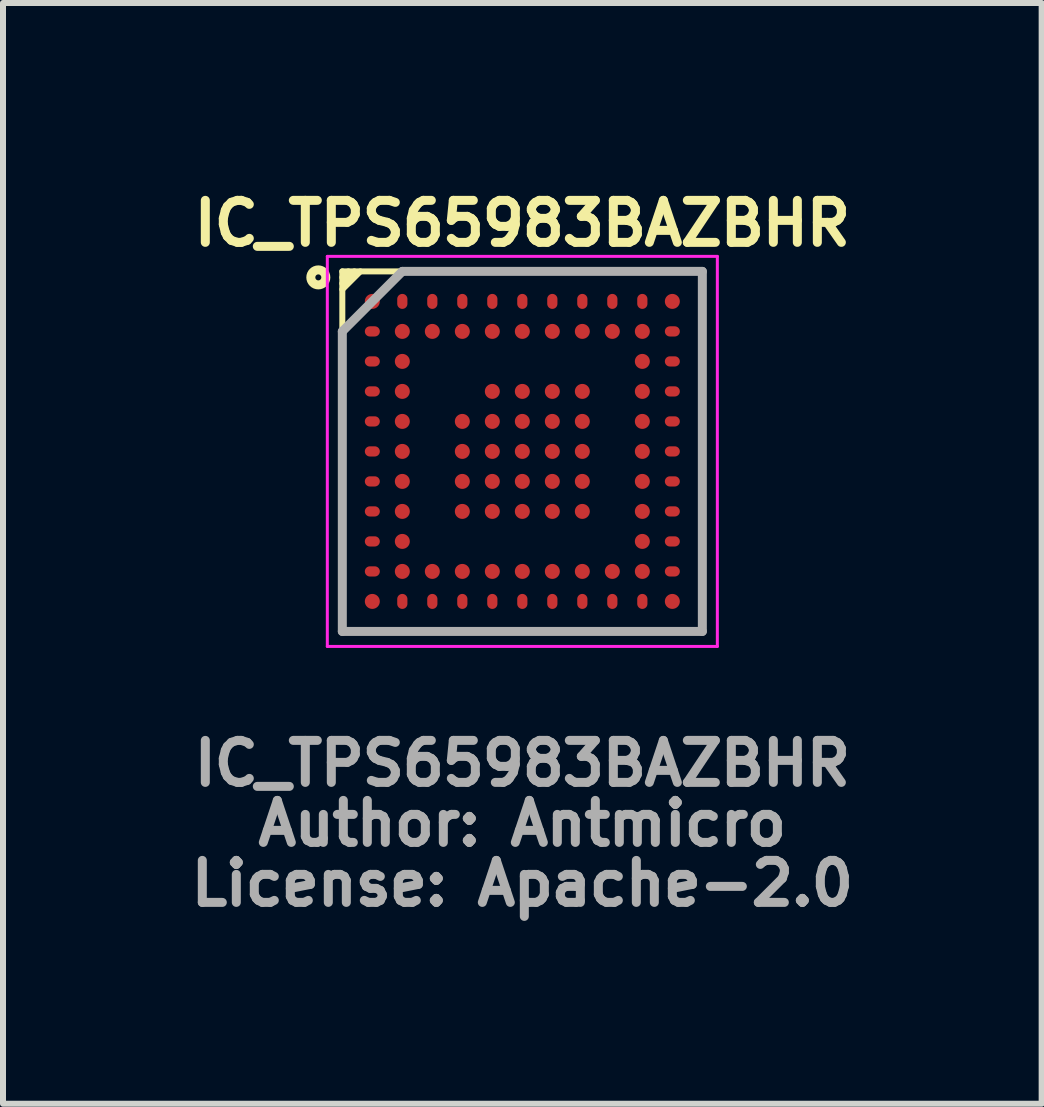
<source format=kicad_pcb>
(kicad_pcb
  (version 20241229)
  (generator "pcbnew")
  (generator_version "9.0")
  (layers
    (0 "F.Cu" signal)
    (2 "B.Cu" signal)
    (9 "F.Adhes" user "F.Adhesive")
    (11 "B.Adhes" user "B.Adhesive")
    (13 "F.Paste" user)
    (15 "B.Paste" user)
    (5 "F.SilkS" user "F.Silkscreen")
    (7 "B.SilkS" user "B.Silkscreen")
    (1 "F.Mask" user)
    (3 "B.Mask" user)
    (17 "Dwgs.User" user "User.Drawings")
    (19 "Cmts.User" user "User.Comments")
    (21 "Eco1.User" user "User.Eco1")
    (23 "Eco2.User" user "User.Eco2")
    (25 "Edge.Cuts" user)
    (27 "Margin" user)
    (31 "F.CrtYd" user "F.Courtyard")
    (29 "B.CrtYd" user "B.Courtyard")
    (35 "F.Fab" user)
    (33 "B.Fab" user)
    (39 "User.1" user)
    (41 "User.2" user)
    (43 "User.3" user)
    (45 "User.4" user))
  (footprint "IC_TPS65983BAZBHR"
    (layer "F.Cu")
    (at 5.655 4.473)
    (property "Reference" "IC_TPS65983BAZBHR" (at 0 -3.8 0) (unlocked yes) (layer "F.SilkS") (effects (font (size 0.7 0.7) (thickness 0.15))))
    (attr smd)
    (fp_line (start -3 -3) (end 3 -3) (stroke (width 0.1) (type solid)) (layer "F.SilkS"))
    (fp_line (start -3 -2.9) (end -2.9 -3) (stroke (width 0.1) (type solid)) (layer "F.SilkS"))
    (fp_line (start -3 -2.8) (end -2.8 -3) (stroke (width 0.1) (type solid)) (layer "F.SilkS"))
    (fp_line (start -3 -2.7) (end -2.7 -3) (stroke (width 0.1) (type solid)) (layer "F.SilkS"))
    (fp_line (start -3 3) (end -3 -3) (stroke (width 0.1) (type solid)) (layer "F.SilkS"))
    (fp_line (start 3 -3) (end 3 3) (stroke (width 0.1) (type solid)) (layer "F.SilkS"))
    (fp_line (start 3 3) (end -3 3) (stroke (width 0.1) (type solid)) (layer "F.SilkS"))
    (fp_circle (center -3.4 -2.9) (end -3.35 -2.9) (stroke (width 0.15) (type solid)) (fill no) (layer "F.SilkS"))
    (fp_poly (pts (xy -2.6 2.6) (xy -2.6 2.4) (xy -2.4 2.4) (xy -2.4 2.6)) (stroke (width 0.05) (type solid)) (fill yes) (layer "F.Paste"))
    (fp_poly (pts (xy -2.4 -2.4) (xy -2.6 -2.4) (xy -2.6 -2.6) (xy -2.4 -2.6)) (stroke (width 0.05) (type solid)) (fill yes) (layer "F.Paste"))
    (fp_poly (pts (xy -2.1 -1.9) (xy -2.1 -2.1) (xy -1.9 -2.1) (xy -1.9 -1.9)) (stroke (width 0.05) (type solid)) (fill yes) (layer "F.Paste"))
    (fp_poly (pts (xy -2.1 -1.4) (xy -2.1 -1.6) (xy -1.9 -1.6) (xy -1.9 -1.4)) (stroke (width 0.05) (type solid)) (fill yes) (layer "F.Paste"))
    (fp_poly (pts (xy -2.1 -0.9) (xy -2.1 -1.1) (xy -1.9 -1.1) (xy -1.9 -0.9)) (stroke (width 0.05) (type solid)) (fill yes) (layer "F.Paste"))
    (fp_poly (pts (xy -2.1 0.6) (xy -2.1 0.4) (xy -1.9 0.4) (xy -1.9 0.6)) (stroke (width 0.05) (type solid)) (fill yes) (layer "F.Paste"))
    (fp_poly (pts (xy -2.1 1.1) (xy -2.1 0.9) (xy -1.9 0.9) (xy -1.9 1.1)) (stroke (width 0.05) (type solid)) (fill yes) (layer "F.Paste"))
    (fp_poly (pts (xy -2.1 1.6) (xy -2.1 1.4) (xy -1.9 1.4) (xy -1.9 1.6)) (stroke (width 0.05) (type solid)) (fill yes) (layer "F.Paste"))
    (fp_poly (pts (xy -2.1 1.9) (xy -1.9 1.9) (xy -1.9 2.1) (xy -2.1 2.1)) (stroke (width 0.05) (type solid)) (fill yes) (layer "F.Paste"))
    (fp_poly (pts (xy -1.9 -0.4) (xy -2.1 -0.4) (xy -2.1 -0.6) (xy -1.9 -0.6)) (stroke (width 0.05) (type solid)) (fill yes) (layer "F.Paste"))
    (fp_poly (pts (xy -1.9 0.1) (xy -2.1 0.1) (xy -2.1 -0.1) (xy -1.9 -0.1)) (stroke (width 0.05) (type solid)) (fill yes) (layer "F.Paste"))
    (fp_poly (pts (xy -1.6 1.9) (xy -1.4 1.9) (xy -1.4 2.1) (xy -1.6 2.1)) (stroke (width 0.05) (type solid)) (fill yes) (layer "F.Paste"))
    (fp_poly (pts (xy -1.4 -1.9) (xy -1.6 -1.9) (xy -1.6 -2.1) (xy -1.4 -2.1)) (stroke (width 0.05) (type solid)) (fill yes) (layer "F.Paste"))
    (fp_poly (pts (xy -1.1 0.1) (xy -1.1 -0.1) (xy -0.9 -0.1) (xy -0.9 0.1)) (stroke (width 0.05) (type solid)) (fill yes) (layer "F.Paste"))
    (fp_poly (pts (xy -1.1 0.6) (xy -1.1 0.4) (xy -0.9 0.4) (xy -0.9 0.6)) (stroke (width 0.05) (type solid)) (fill yes) (layer "F.Paste"))
    (fp_poly (pts (xy -1.1 1.1) (xy -1.1 0.9) (xy -0.9 0.9) (xy -0.9 1.1)) (stroke (width 0.05) (type solid)) (fill yes) (layer "F.Paste"))
    (fp_poly (pts (xy -1.1 2.1) (xy -1.1 1.9) (xy -0.9 1.9) (xy -0.9 2.1)) (stroke (width 0.05) (type solid)) (fill yes) (layer "F.Paste"))
    (fp_poly (pts (xy -0.9 -1.9) (xy -1.1 -1.9) (xy -1.1 -2.1) (xy -0.9 -2.1)) (stroke (width 0.05) (type solid)) (fill yes) (layer "F.Paste"))
    (fp_poly (pts (xy -0.9 -0.4) (xy -1.1 -0.4) (xy -1.1 -0.6) (xy -0.9 -0.6)) (stroke (width 0.05) (type solid)) (fill yes) (layer "F.Paste"))
    (fp_poly (pts (xy -0.6 -1.1) (xy -0.4 -1.1) (xy -0.4 -0.9) (xy -0.6 -0.9)) (stroke (width 0.05) (type solid)) (fill yes) (layer "F.Paste"))
    (fp_poly (pts (xy -0.6 0.1) (xy -0.6 -0.1) (xy -0.4 -0.1) (xy -0.4 0.1)) (stroke (width 0.05) (type solid)) (fill yes) (layer "F.Paste"))
    (fp_poly (pts (xy -0.6 0.6) (xy -0.6 0.4) (xy -0.4 0.4) (xy -0.4 0.6)) (stroke (width 0.05) (type solid)) (fill yes) (layer "F.Paste"))
    (fp_poly (pts (xy -0.6 1.1) (xy -0.6 0.9) (xy -0.4 0.9) (xy -0.4 1.1)) (stroke (width 0.05) (type solid)) (fill yes) (layer "F.Paste"))
    (fp_poly (pts (xy -0.6 2.1) (xy -0.6 1.9) (xy -0.4 1.9) (xy -0.4 2.1)) (stroke (width 0.05) (type solid)) (fill yes) (layer "F.Paste"))
    (fp_poly (pts (xy -0.4 -2.1) (xy -0.4 -1.9) (xy -0.6 -1.9) (xy -0.6 -2.1)) (stroke (width 0.05) (type solid)) (fill yes) (layer "F.Paste"))
    (fp_poly (pts (xy -0.4 -0.4) (xy -0.6 -0.4) (xy -0.6 -0.6) (xy -0.4 -0.6)) (stroke (width 0.05) (type solid)) (fill yes) (layer "F.Paste"))
    (fp_poly (pts (xy -0.1 -1.1) (xy 0.1 -1.1) (xy 0.1 -0.9) (xy -0.1 -0.9)) (stroke (width 0.05) (type solid)) (fill yes) (layer "F.Paste"))
    (fp_poly (pts (xy -0.1 -0.6) (xy 0.1 -0.6) (xy 0.1 -0.4) (xy -0.1 -0.4)) (stroke (width 0.05) (type solid)) (fill yes) (layer "F.Paste"))
    (fp_poly (pts (xy -0.1 -0.1) (xy 0.1 -0.1) (xy 0.1 0.1) (xy -0.1 0.1)) (stroke (width 0.05) (type solid)) (fill yes) (layer "F.Paste"))
    (fp_poly (pts (xy -0.1 0.4) (xy 0.1 0.4) (xy 0.1 0.6) (xy -0.1 0.6)) (stroke (width 0.05) (type solid)) (fill yes) (layer "F.Paste"))
    (fp_poly (pts (xy -0.1 0.9) (xy 0.1 0.9) (xy 0.1 1.1) (xy -0.1 1.1)) (stroke (width 0.05) (type solid)) (fill yes) (layer "F.Paste"))
    (fp_poly (pts (xy -0.1 1.9) (xy 0.1 1.9) (xy 0.1 2.1) (xy -0.1 2.1)) (stroke (width 0.05) (type solid)) (fill yes) (layer "F.Paste"))
    (fp_poly (pts (xy 0.1 -2.1) (xy 0.1 -1.9) (xy -0.1 -1.9) (xy -0.1 -2.1)) (stroke (width 0.05) (type solid)) (fill yes) (layer "F.Paste"))
    (fp_poly (pts (xy 0.4 -1.1) (xy 0.6 -1.1) (xy 0.6 -0.9) (xy 0.4 -0.9)) (stroke (width 0.05) (type solid)) (fill yes) (layer "F.Paste"))
    (fp_poly (pts (xy 0.4 -0.6) (xy 0.6 -0.6) (xy 0.6 -0.4) (xy 0.4 -0.4)) (stroke (width 0.05) (type solid)) (fill yes) (layer "F.Paste"))
    (fp_poly (pts (xy 0.4 0.6) (xy 0.4 0.4) (xy 0.6 0.4) (xy 0.6 0.6)) (stroke (width 0.05) (type solid)) (fill yes) (layer "F.Paste"))
    (fp_poly (pts (xy 0.4 0.9) (xy 0.6 0.9) (xy 0.6 1.1) (xy 0.4 1.1)) (stroke (width 0.05) (type solid)) (fill yes) (layer "F.Paste"))
    (fp_poly (pts (xy 0.4 1.9) (xy 0.6 1.9) (xy 0.6 2.1) (xy 0.4 2.1)) (stroke (width 0.05) (type solid)) (fill yes) (layer "F.Paste"))
    (fp_poly (pts (xy 0.6 -1.9) (xy 0.4 -1.9) (xy 0.4 -2.1) (xy 0.6 -2.1)) (stroke (width 0.05) (type solid)) (fill yes) (layer "F.Paste"))
    (fp_poly (pts (xy 0.6 0.1) (xy 0.4 0.1) (xy 0.4 -0.1) (xy 0.6 -0.1)) (stroke (width 0.05) (type solid)) (fill yes) (layer "F.Paste"))
    (fp_poly (pts (xy 0.9 -1.1) (xy 1.1 -1.1) (xy 1.1 -0.9) (xy 0.9 -0.9)) (stroke (width 0.05) (type solid)) (fill yes) (layer "F.Paste"))
    (fp_poly (pts (xy 0.9 -0.6) (xy 1.1 -0.6) (xy 1.1 -0.4) (xy 0.9 -0.4)) (stroke (width 0.05) (type solid)) (fill yes) (layer "F.Paste"))
    (fp_poly (pts (xy 0.9 1.1) (xy 0.9 0.9) (xy 1.1 0.9) (xy 1.1 1.1)) (stroke (width 0.05) (type solid)) (fill yes) (layer "F.Paste"))
    (fp_poly (pts (xy 0.9 1.9) (xy 1.1 1.9) (xy 1.1 2.1) (xy 0.9 2.1)) (stroke (width 0.05) (type solid)) (fill yes) (layer "F.Paste"))
    (fp_poly (pts (xy 1.1 -1.9) (xy 0.9 -1.9) (xy 0.9 -2.1) (xy 1.1 -2.1)) (stroke (width 0.05) (type solid)) (fill yes) (layer "F.Paste"))
    (fp_poly (pts (xy 1.1 0.1) (xy 0.9 0.1) (xy 0.9 -0.1) (xy 1.1 -0.1)) (stroke (width 0.05) (type solid)) (fill yes) (layer "F.Paste"))
    (fp_poly (pts (xy 1.1 0.6) (xy 0.9 0.6) (xy 0.9 0.4) (xy 1.1 0.4)) (stroke (width 0.05) (type solid)) (fill yes) (layer "F.Paste"))
    (fp_poly (pts (xy 1.4 1.9) (xy 1.6 1.9) (xy 1.6 2.1) (xy 1.4 2.1)) (stroke (width 0.05) (type solid)) (fill yes) (layer "F.Paste"))
    (fp_poly (pts (xy 1.6 -1.9) (xy 1.4 -1.9) (xy 1.4 -2.1) (xy 1.6 -2.1)) (stroke (width 0.05) (type solid)) (fill yes) (layer "F.Paste"))
    (fp_poly (pts (xy 1.9 -0.1) (xy 2.1 -0.1) (xy 2.1 0.1) (xy 1.9 0.1)) (stroke (width 0.05) (type solid)) (fill yes) (layer "F.Paste"))
    (fp_poly (pts (xy 1.9 2.1) (xy 1.9 1.9) (xy 2.1 1.9) (xy 2.1 2.1)) (stroke (width 0.05) (type solid)) (fill yes) (layer "F.Paste"))
    (fp_poly (pts (xy 2.1 -1.9) (xy 1.9 -1.9) (xy 1.9 -2.1) (xy 2.1 -2.1)) (stroke (width 0.05) (type solid)) (fill yes) (layer "F.Paste"))
    (fp_poly (pts (xy 2.1 -1.6) (xy 2.1 -1.4) (xy 1.9 -1.4) (xy 1.9 -1.6)) (stroke (width 0.05) (type solid)) (fill yes) (layer "F.Paste"))
    (fp_poly (pts (xy 2.1 -1.1) (xy 2.1 -0.9) (xy 1.9 -0.9) (xy 1.9 -1.1)) (stroke (width 0.05) (type solid)) (fill yes) (layer "F.Paste"))
    (fp_poly (pts (xy 2.1 -0.6) (xy 2.1 -0.4) (xy 1.9 -0.4) (xy 1.9 -0.6)) (stroke (width 0.05) (type solid)) (fill yes) (layer "F.Paste"))
    (fp_poly (pts (xy 2.1 0.4) (xy 2.1 0.6) (xy 1.9 0.6) (xy 1.9 0.4)) (stroke (width 0.05) (type solid)) (fill yes) (layer "F.Paste"))
    (fp_poly (pts (xy 2.1 0.9) (xy 2.1 1.1) (xy 1.9 1.1) (xy 1.9 0.9)) (stroke (width 0.05) (type solid)) (fill yes) (layer "F.Paste"))
    (fp_poly (pts (xy 2.1 1.4) (xy 2.1 1.6) (xy 1.9 1.6) (xy 1.9 1.4)) (stroke (width 0.05) (type solid)) (fill yes) (layer "F.Paste"))
    (fp_poly (pts (xy 2.6 -2.4) (xy 2.4 -2.4) (xy 2.4 -2.6) (xy 2.6 -2.6)) (stroke (width 0.05) (type solid)) (fill yes) (layer "F.Paste"))
    (fp_poly (pts (xy 2.6 2.6) (xy 2.4 2.6) (xy 2.4 2.4) (xy 2.6 2.4)) (stroke (width 0.05) (type solid)) (fill yes) (layer "F.Paste"))
    (fp_line (start -3.25 -3.25) (end -3.25 3.25) (stroke (width 0.05) (type solid)) (layer "F.CrtYd"))
    (fp_line (start -3.25 3.25) (end 3.25 3.25) (stroke (width 0.05) (type solid)) (layer "F.CrtYd"))
    (fp_line (start 3.25 -3.25) (end -3.25 -3.25) (stroke (width 0.05) (type solid)) (layer "F.CrtYd"))
    (fp_line (start 3.25 -3.25) (end 3.25 3.25) (stroke (width 0.05) (type solid)) (layer "F.CrtYd"))
    (fp_line (start -3 -2) (end -2 -3) (stroke (width 0.15) (type solid)) (layer "F.Fab"))
    (fp_line (start -3 3) (end -3 -2) (stroke (width 0.15) (type solid)) (layer "F.Fab"))
    (fp_line (start -2 -3) (end 3 -3) (stroke (width 0.15) (type solid)) (layer "F.Fab"))
    (fp_line (start 3 -3) (end 3 3) (stroke (width 0.15) (type solid)) (layer "F.Fab"))
    (fp_line (start 3 3) (end -3 3) (stroke (width 0.15) (type solid)) (layer "F.Fab"))
    (fp_rect (start 3 -3) (end -3 3) (stroke (width 0.12) (type solid)) (fill no) (layer "User.5"))
    (fp_line (start -3 -3) (end -3 3) (stroke (width 0.1) (type solid)) (layer "User.9"))
    (fp_line (start -3 3) (end 3 3) (stroke (width 0.1) (type solid)) (layer "User.9"))
    (fp_line (start 3 -3) (end -3 -3) (stroke (width 0.1) (type solid)) (layer "User.9"))
    (fp_line (start 3 3) (end 3 -3) (stroke (width 0.1) (type solid)) (layer "User.9"))
    (fp_text user "License: Apache-2.0" (at 0 7.2 0) (layer "F.Fab") (effects (font (size 0.7 0.7) (thickness 0.15))))
    (fp_text user "Author: Antmicro" (at 0 6.2 0) (layer "F.Fab") (effects (font (size 0.7 0.7) (thickness 0.15))))
    (fp_text user "${REFERENCE}" (at 0 5.2 0) (unlocked yes) (layer "F.Fab") (effects (font (size 0.7 0.7) (thickness 0.15))))
    (pad "A1" smd circle (at -2.5 -2.5) (size 0.25 0.25) (layers "F.Cu" "F.Mask" "F.Paste"))
    (pad "A2" smd oval (at -2 -2.5) (size 0.17 0.25) (layers "F.Cu" "F.Mask" "F.Paste"))
    (pad "A3" smd oval (at -1.5 -2.5) (size 0.17 0.25) (layers "F.Cu" "F.Mask" "F.Paste"))
    (pad "A4" smd oval (at -1 -2.5) (size 0.17 0.25) (layers "F.Cu" "F.Mask" "F.Paste"))
    (pad "A5" smd oval (at -0.5 -2.5) (size 0.17 0.25) (layers "F.Cu" "F.Mask" "F.Paste"))
    (pad "A6" smd oval (at 0 -2.5) (size 0.17 0.25) (layers "F.Cu" "F.Mask" "F.Paste"))
    (pad "A7" smd oval (at 0.5 -2.5) (size 0.17 0.25) (layers "F.Cu" "F.Mask" "F.Paste"))
    (pad "A8" smd oval (at 1 -2.5) (size 0.17 0.25) (layers "F.Cu" "F.Mask" "F.Paste"))
    (pad "A9" smd oval (at 1.5 -2.5) (size 0.17 0.25) (layers "F.Cu" "F.Mask" "F.Paste"))
    (pad "A10" smd oval (at 2 -2.5) (size 0.17 0.25) (layers "F.Cu" "F.Mask" "F.Paste"))
    (pad "A11" smd circle (at 2.5 -2.5) (size 0.25 0.25) (layers "F.Cu" "F.Mask" "F.Paste"))
    (pad "B1" smd oval (at -2.5 -2) (size 0.25 0.17) (layers "F.Cu" "F.Mask" "F.Paste"))
    (pad "B2" smd circle (at -2 -2 270) (size 0.25 0.25) (layers "F.Cu" "F.Mask" "F.Paste"))
    (pad "B3" smd circle (at -1.5 -2) (size 0.25 0.25) (layers "F.Cu" "F.Mask" "F.Paste"))
    (pad "B4" smd circle (at -1 -2) (size 0.25 0.25) (layers "F.Cu" "F.Mask" "F.Paste"))
    (pad "B5" smd circle (at -0.5 -2 90) (size 0.25 0.25) (layers "F.Cu" "F.Mask" "F.Paste"))
    (pad "B6" smd circle (at 0 -2 90) (size 0.25 0.25) (layers "F.Cu" "F.Mask" "F.Paste"))
    (pad "B7" smd circle (at 0.5 -2) (size 0.25 0.25) (layers "F.Cu" "F.Mask" "F.Paste"))
    (pad "B8" smd circle (at 1 -2) (size 0.25 0.25) (layers "F.Cu" "F.Mask" "F.Paste"))
    (pad "B9" smd circle (at 1.5 -2) (size 0.25 0.25) (layers "F.Cu" "F.Mask" "F.Paste"))
    (pad "B10" smd circle (at 2 -2) (size 0.25 0.25) (layers "F.Cu" "F.Mask" "F.Paste"))
    (pad "B11" smd oval (at 2.5 -2) (size 0.25 0.17) (layers "F.Cu" "F.Mask" "F.Paste"))
    (pad "C1" smd oval (at -2.5 -1.5) (size 0.25 0.17) (layers "F.Cu" "F.Mask" "F.Paste"))
    (pad "C2" smd circle (at -2 -1.5 270) (size 0.25 0.25) (layers "F.Cu" "F.Mask" "F.Paste"))
    (pad "C10" smd circle (at 2 -1.5 90) (size 0.25 0.25) (layers "F.Cu" "F.Mask" "F.Paste"))
    (pad "C11" smd oval (at 2.5 -1.5) (size 0.25 0.17) (layers "F.Cu" "F.Mask" "F.Paste"))
    (pad "D1" smd oval (at -2.5 -1) (size 0.25 0.17) (layers "F.Cu" "F.Mask" "F.Paste"))
    (pad "D2" smd circle (at -2 -1 270) (size 0.25 0.25) (layers "F.Cu" "F.Mask" "F.Paste"))
    (pad "D5" smd circle (at -0.5 -1 180) (size 0.25 0.25) (layers "F.Cu" "F.Mask" "F.Paste"))
    (pad "D6" smd circle (at 0 -1 180) (size 0.25 0.25) (layers "F.Cu" "F.Mask" "F.Paste"))
    (pad "D7" smd circle (at 0.5 -1 180) (size 0.25 0.25) (layers "F.Cu" "F.Mask" "F.Paste"))
    (pad "D8" smd circle (at 1 -1 180) (size 0.25 0.25) (layers "F.Cu" "F.Mask" "F.Paste"))
    (pad "D10" smd circle (at 2 -1 90) (size 0.25 0.25) (layers "F.Cu" "F.Mask" "F.Paste"))
    (pad "D11" smd oval (at 2.5 -1) (size 0.25 0.17) (layers "F.Cu" "F.Mask" "F.Paste"))
    (pad "E1" smd oval (at -2.5 -0.5) (size 0.25 0.17) (layers "F.Cu" "F.Mask" "F.Paste"))
    (pad "E2" smd circle (at -2 -0.5) (size 0.25 0.25) (layers "F.Cu" "F.Mask" "F.Paste"))
    (pad "E4" smd circle (at -1 -0.5) (size 0.25 0.25) (layers "F.Cu" "F.Mask" "F.Paste"))
    (pad "E5" smd circle (at -0.5 -0.5) (size 0.25 0.25) (layers "F.Cu" "F.Mask" "F.Paste"))
    (pad "E6" smd circle (at 0 -0.5 180) (size 0.25 0.25) (layers "F.Cu" "F.Mask" "F.Paste"))
    (pad "E7" smd circle (at 0.5 -0.5 180) (size 0.25 0.25) (layers "F.Cu" "F.Mask" "F.Paste"))
    (pad "E8" smd circle (at 1 -0.5 180) (size 0.25 0.25) (layers "F.Cu" "F.Mask" "F.Paste"))
    (pad "E10" smd circle (at 2 -0.5 90) (size 0.25 0.25) (layers "F.Cu" "F.Mask" "F.Paste"))
    (pad "E11" smd oval (at 2.5 -0.5) (size 0.25 0.17) (layers "F.Cu" "F.Mask" "F.Paste"))
    (pad "F1" smd oval (at -2.5 0) (size 0.25 0.17) (layers "F.Cu" "F.Mask" "F.Paste"))
    (pad "F2" smd circle (at -2 0) (size 0.25 0.25) (layers "F.Cu" "F.Mask" "F.Paste"))
    (pad "F4" smd circle (at -1 0 270) (size 0.25 0.25) (layers "F.Cu" "F.Mask" "F.Paste"))
    (pad "F5" smd circle (at -0.5 0 270) (size 0.25 0.25) (layers "F.Cu" "F.Mask" "F.Paste"))
    (pad "F6" smd circle (at 0 0 180) (size 0.25 0.25) (layers "F.Cu" "F.Mask" "F.Paste"))
    (pad "F7" smd circle (at 0.5 0) (size 0.25 0.25) (layers "F.Cu" "F.Mask" "F.Paste"))
    (pad "F8" smd circle (at 1 0) (size 0.25 0.25) (layers "F.Cu" "F.Mask" "F.Paste"))
    (pad "F10" smd circle (at 2 0 180) (size 0.25 0.25) (layers "F.Cu" "F.Mask" "F.Paste"))
    (pad "F11" smd oval (at 2.5 0) (size 0.25 0.17) (layers "F.Cu" "F.Mask" "F.Paste"))
    (pad "G1" smd oval (at -2.5 0.5) (size 0.25 0.17) (layers "F.Cu" "F.Mask" "F.Paste"))
    (pad "G2" smd circle (at -2 0.5 270) (size 0.25 0.25) (layers "F.Cu" "F.Mask" "F.Paste"))
    (pad "G4" smd circle (at -1 0.5 270) (size 0.25 0.25) (layers "F.Cu" "F.Mask" "F.Paste"))
    (pad "G5" smd circle (at -0.5 0.5 270) (size 0.25 0.25) (layers "F.Cu" "F.Mask" "F.Paste"))
    (pad "G6" smd circle (at 0 0.5 180) (size 0.25 0.25) (layers "F.Cu" "F.Mask" "F.Paste"))
    (pad "G7" smd circle (at 0.5 0.5 270) (size 0.25 0.25) (layers "F.Cu" "F.Mask" "F.Paste"))
    (pad "G8" smd circle (at 1 0.5) (size 0.25 0.25) (layers "F.Cu" "F.Mask" "F.Paste"))
    (pad "G10" smd circle (at 2 0.5 90) (size 0.25 0.25) (layers "F.Cu" "F.Mask" "F.Paste"))
    (pad "G11" smd oval (at 2.5 0.5) (size 0.25 0.17) (layers "F.Cu" "F.Mask" "F.Paste"))
    (pad "H1" smd oval (at -2.5 1) (size 0.25 0.17) (layers "F.Cu" "F.Mask" "F.Paste"))
    (pad "H2" smd circle (at -2 1 270) (size 0.25 0.25) (layers "F.Cu" "F.Mask" "F.Paste"))
    (pad "H4" smd circle (at -1 1 270) (size 0.25 0.25) (layers "F.Cu" "F.Mask" "F.Paste"))
    (pad "H5" smd circle (at -0.5 1 270) (size 0.25 0.25) (layers "F.Cu" "F.Mask" "F.Paste"))
    (pad "H6" smd circle (at 0 1 180) (size 0.25 0.25) (layers "F.Cu" "F.Mask" "F.Paste"))
    (pad "H7" smd circle (at 0.5 1 180) (size 0.25 0.25) (layers "F.Cu" "F.Mask" "F.Paste"))
    (pad "H8" smd circle (at 1 1 270) (size 0.25 0.25) (layers "F.Cu" "F.Mask" "F.Paste"))
    (pad "H10" smd circle (at 2 1 90) (size 0.25 0.25) (layers "F.Cu" "F.Mask" "F.Paste"))
    (pad "H11" smd oval (at 2.5 1) (size 0.25 0.17) (layers "F.Cu" "F.Mask" "F.Paste"))
    (pad "J1" smd oval (at -2.5 1.5) (size 0.25 0.17) (layers "F.Cu" "F.Mask" "F.Paste"))
    (pad "J2" smd circle (at -2 1.5 270) (size 0.25 0.25) (layers "F.Cu" "F.Mask" "F.Paste"))
    (pad "J10" smd circle (at 2 1.5 90) (size 0.25 0.25) (layers "F.Cu" "F.Mask" "F.Paste"))
    (pad "J11" smd oval (at 2.5 1.5) (size 0.25 0.17) (layers "F.Cu" "F.Mask" "F.Paste"))
    (pad "K1" smd oval (at -2.5 2) (size 0.25 0.17) (layers "F.Cu" "F.Mask" "F.Paste"))
    (pad "K2" smd circle (at -2 2 180) (size 0.25 0.25) (layers "F.Cu" "F.Mask" "F.Paste"))
    (pad "K3" smd circle (at -1.5 2 180) (size 0.25 0.25) (layers "F.Cu" "F.Mask" "F.Paste"))
    (pad "K4" smd circle (at -1 2 270) (size 0.25 0.25) (layers "F.Cu" "F.Mask" "F.Paste"))
    (pad "K5" smd circle (at -0.5 2 270) (size 0.25 0.25) (layers "F.Cu" "F.Mask" "F.Paste"))
    (pad "K6" smd circle (at 0 2 180) (size 0.25 0.25) (layers "F.Cu" "F.Mask" "F.Paste"))
    (pad "K7" smd circle (at 0.5 2 180) (size 0.25 0.25) (layers "F.Cu" "F.Mask" "F.Paste"))
    (pad "K8" smd circle (at 1 2 180) (size 0.25 0.25) (layers "F.Cu" "F.Mask" "F.Paste"))
    (pad "K9" smd circle (at 1.5 2 180) (size 0.25 0.25) (layers "F.Cu" "F.Mask" "F.Paste"))
    (pad "K10" smd circle (at 2 2 270) (size 0.25 0.25) (layers "F.Cu" "F.Mask" "F.Paste"))
    (pad "K11" smd oval (at 2.5 2) (size 0.25 0.17) (layers "F.Cu" "F.Mask" "F.Paste"))
    (pad "L1" smd circle (at -2.5 2.5 270) (size 0.25 0.25) (layers "F.Cu" "F.Mask" "F.Paste"))
    (pad "L2" smd oval (at -2 2.5) (size 0.17 0.25) (layers "F.Cu" "F.Mask" "F.Paste"))
    (pad "L3" smd oval (at -1.5 2.5) (size 0.17 0.25) (layers "F.Cu" "F.Mask" "F.Paste"))
    (pad "L4" smd oval (at -1 2.5) (size 0.17 0.25) (layers "F.Cu" "F.Mask" "F.Paste"))
    (pad "L5" smd oval (at -0.5 2.5) (size 0.17 0.25) (layers "F.Cu" "F.Mask" "F.Paste"))
    (pad "L6" smd oval (at 0 2.5) (size 0.17 0.25) (layers "F.Cu" "F.Mask" "F.Paste"))
    (pad "L7" smd oval (at 0.5 2.5) (size 0.17 0.25) (layers "F.Cu" "F.Mask" "F.Paste"))
    (pad "L8" smd oval (at 1 2.5) (size 0.17 0.25) (layers "F.Cu" "F.Mask" "F.Paste"))
    (pad "L9" smd oval (at 1.5 2.5) (size 0.17 0.25) (layers "F.Cu" "F.Mask" "F.Paste"))
    (pad "L10" smd oval (at 2 2.5) (size 0.17 0.25) (layers "F.Cu" "F.Mask" "F.Paste"))
    (pad "L11" smd circle (at 2.5 2.5) (size 0.25 0.25) (layers "F.Cu" "F.Mask" "F.Paste")))
  (gr_rect
    (start -3 -3)
    (end 14.31 15.345)
    (stroke (width 0.1) (type default))
    (fill no)
    (layer "Edge.Cuts")))
</source>
